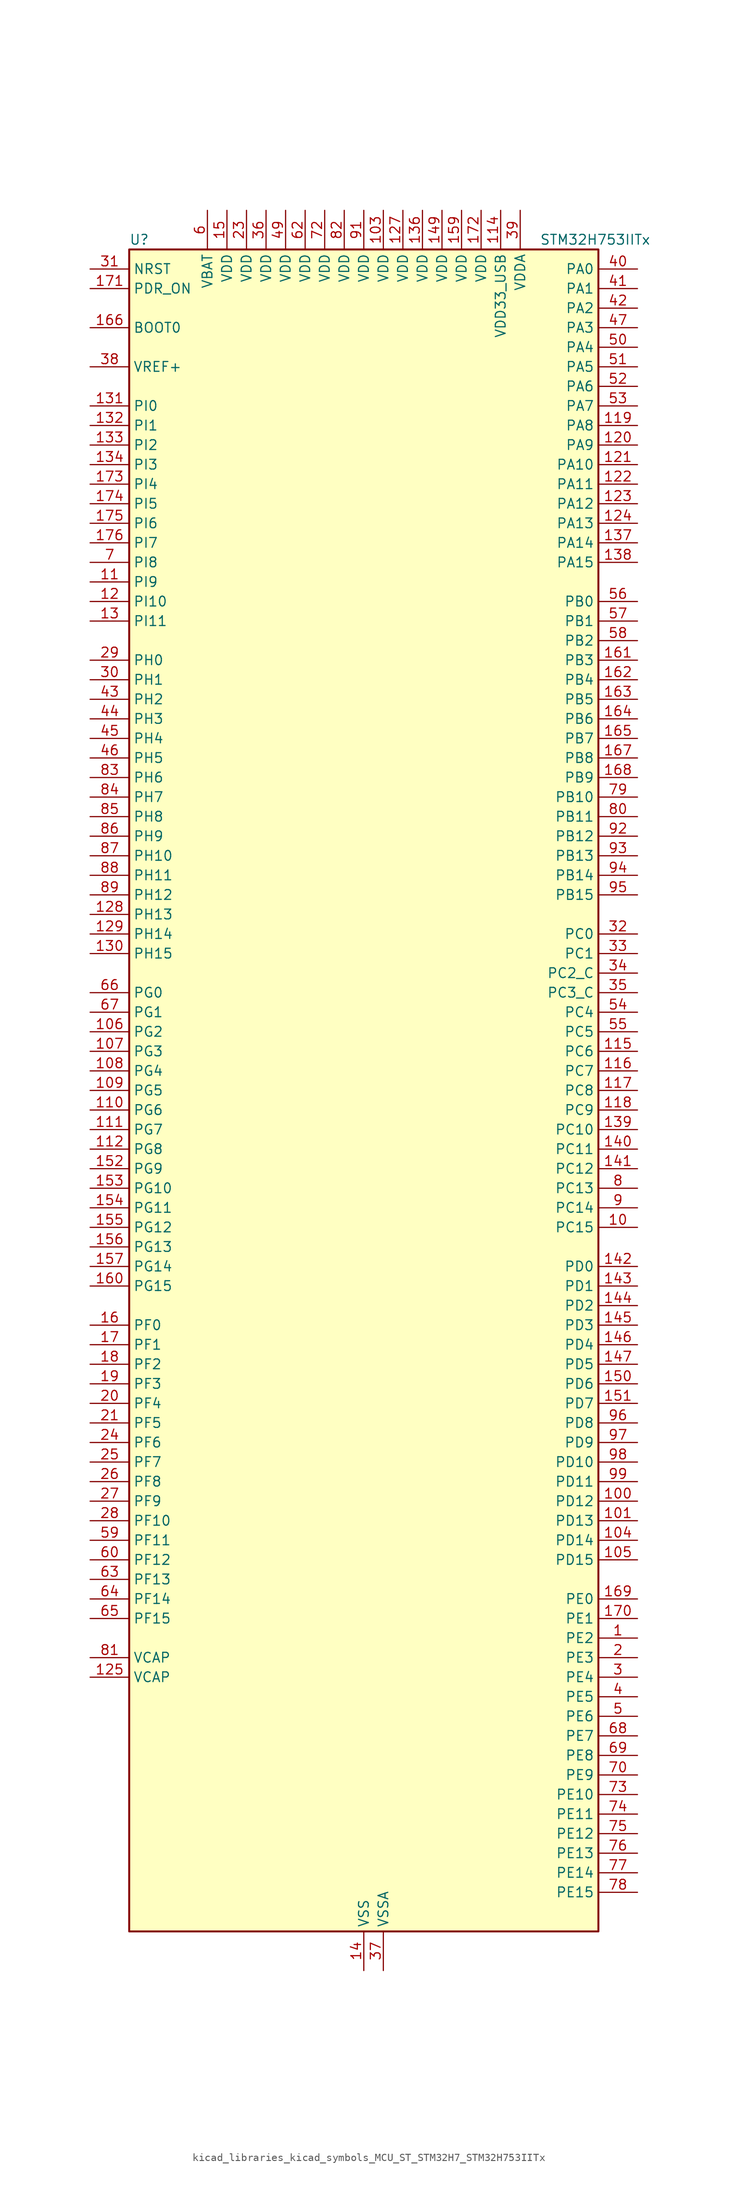
<source format=kicad_sym>
(kicad_symbol_lib
  (version 20220914)
  (generator kicad_symbol_editor)
  (symbol "kicad_libraries_kicad_symbols_MCU_ST_STM32H7_STM32H753IITx"
    (property "Reference" "U"
      (at -30.48 110.49 0)
      (effects (font (size 1.27 1.27)) (justify left)))
    (property "Value" "STM32H753IITx"
      (at 22.86 110.49 0)
      (effects (font (size 1.27 1.27)) (justify left)))
    (property "ki_locked" ""
      (at 0 0 0)
      (effects (font (size 1.27 1.27))))
    (symbol "kicad_libraries_kicad_symbols_MCU_ST_STM32H7_STM32H753IITx_0_1"
      (rectangle (start -30.48 -109.22) (end 30.48 109.22) (stroke (width 0.254) (type default)) (fill (type background))))
    (symbol "kicad_libraries_kicad_symbols_MCU_ST_STM32H7_STM32H753IITx_1_1"
      (pin bidirectional line (at 35.56 -71.12 180) (length 5.08) (name "PE2" (effects (font (size 1.27 1.27)))) (number "1" (effects (font (size 1.27 1.27)))) (alternate "DEBUG_TRACECLK" bidirectional line) (alternate "ETH_TXD3" bidirectional line) (alternate "FMC_A23" bidirectional line) (alternate "QUADSPI_BK1_IO2" bidirectional line) (alternate "SAI1_CK1" bidirectional line) (alternate "SAI1_MCLK_A" bidirectional line) (alternate "SAI4_CK1" bidirectional line) (alternate "SAI4_MCLK_A" bidirectional line) (alternate "SPI4_SCK" bidirectional line))
      (pin bidirectional line (at 35.56 -17.78 180) (length 5.08) (name "PC15" (effects (font (size 1.27 1.27)))) (number "10" (effects (font (size 1.27 1.27)))) (alternate "ADC1_EXTI15" bidirectional line) (alternate "ADC2_EXTI15" bidirectional line) (alternate "ADC3_EXTI15" bidirectional line) (alternate "RCC_OSC32_OUT" bidirectional line))
      (pin bidirectional line (at 35.56 -53.34 180) (length 5.08) (name "PD12" (effects (font (size 1.27 1.27)))) (number "100" (effects (font (size 1.27 1.27)))) (alternate "FMC_A17" bidirectional line) (alternate "FMC_ALE" bidirectional line) (alternate "I2C4_SCL" bidirectional line) (alternate "LPTIM1_IN1" bidirectional line) (alternate "LPTIM2_IN1" bidirectional line) (alternate "QUADSPI_BK1_IO1" bidirectional line) (alternate "SAI2_FS_A" bidirectional line) (alternate "TIM4_CH1" bidirectional line) (alternate "USART3_DE" bidirectional line) (alternate "USART3_RTS" bidirectional line))
      (pin bidirectional line (at 35.56 -55.88 180) (length 5.08) (name "PD13" (effects (font (size 1.27 1.27)))) (number "101" (effects (font (size 1.27 1.27)))) (alternate "FMC_A18" bidirectional line) (alternate "I2C4_SDA" bidirectional line) (alternate "LPTIM1_OUT" bidirectional line) (alternate "QUADSPI_BK1_IO3" bidirectional line) (alternate "SAI2_SCK_A" bidirectional line) (alternate "TIM4_CH2" bidirectional line))
      (pin passive line (at 0 -114.3 90) (length 5.08) hide (name "VSS" (effects (font (size 1.27 1.27)))) (number "102" (effects (font (size 1.27 1.27)))))
      (pin power_in line (at 2.54 114.3 270) (length 5.08) (name "VDD" (effects (font (size 1.27 1.27)))) (number "103" (effects (font (size 1.27 1.27)))))
      (pin bidirectional line (at 35.56 -58.42 180) (length 5.08) (name "PD14" (effects (font (size 1.27 1.27)))) (number "104" (effects (font (size 1.27 1.27)))) (alternate "FMC_D0" bidirectional line) (alternate "FMC_DA0" bidirectional line) (alternate "SAI3_MCLK_B" bidirectional line) (alternate "TIM4_CH3" bidirectional line) (alternate "UART8_CTS" bidirectional line))
      (pin bidirectional line (at 35.56 -60.96 180) (length 5.08) (name "PD15" (effects (font (size 1.27 1.27)))) (number "105" (effects (font (size 1.27 1.27)))) (alternate "ADC1_EXTI15" bidirectional line) (alternate "ADC2_EXTI15" bidirectional line) (alternate "ADC3_EXTI15" bidirectional line) (alternate "FMC_D1" bidirectional line) (alternate "FMC_DA1" bidirectional line) (alternate "SAI3_MCLK_A" bidirectional line) (alternate "TIM4_CH4" bidirectional line) (alternate "UART8_DE" bidirectional line) (alternate "UART8_RTS" bidirectional line))
      (pin bidirectional line (at -35.56 7.62 0) (length 5.08) (name "PG2" (effects (font (size 1.27 1.27)))) (number "106" (effects (font (size 1.27 1.27)))) (alternate "FMC_A12" bidirectional line) (alternate "TIM8_BKIN" bidirectional line) (alternate "TIM8_BKIN_COMP1" bidirectional line) (alternate "TIM8_BKIN_COMP2" bidirectional line))
      (pin bidirectional line (at -35.56 5.08 0) (length 5.08) (name "PG3" (effects (font (size 1.27 1.27)))) (number "107" (effects (font (size 1.27 1.27)))) (alternate "FMC_A13" bidirectional line) (alternate "TIM8_BKIN2" bidirectional line) (alternate "TIM8_BKIN2_COMP1" bidirectional line) (alternate "TIM8_BKIN2_COMP2" bidirectional line))
      (pin bidirectional line (at -35.56 2.54 0) (length 5.08) (name "PG4" (effects (font (size 1.27 1.27)))) (number "108" (effects (font (size 1.27 1.27)))) (alternate "FMC_A14" bidirectional line) (alternate "FMC_BA0" bidirectional line) (alternate "TIM1_BKIN2" bidirectional line) (alternate "TIM1_BKIN2_COMP1" bidirectional line) (alternate "TIM1_BKIN2_COMP2" bidirectional line))
      (pin bidirectional line (at -35.56 0 0) (length 5.08) (name "PG5" (effects (font (size 1.27 1.27)))) (number "109" (effects (font (size 1.27 1.27)))) (alternate "FMC_A15" bidirectional line) (alternate "FMC_BA1" bidirectional line) (alternate "TIM1_ETR" bidirectional line))
      (pin bidirectional line (at -35.56 66.04 0) (length 5.08) (name "PI9" (effects (font (size 1.27 1.27)))) (number "11" (effects (font (size 1.27 1.27)))) (alternate "DAC1_EXTI9" bidirectional line) (alternate "FDCAN1_RX" bidirectional line) (alternate "FMC_D30" bidirectional line) (alternate "LTDC_VSYNC" bidirectional line) (alternate "UART4_RX" bidirectional line))
      (pin bidirectional line (at -35.56 -2.54 0) (length 5.08) (name "PG6" (effects (font (size 1.27 1.27)))) (number "110" (effects (font (size 1.27 1.27)))) (alternate "DCMI_D12" bidirectional line) (alternate "FMC_NE3" bidirectional line) (alternate "HRTIM_CHE1" bidirectional line) (alternate "LTDC_R7" bidirectional line) (alternate "QUADSPI_BK1_NCS" bidirectional line) (alternate "TIM17_BKIN" bidirectional line))
      (pin bidirectional line (at -35.56 -5.08 0) (length 5.08) (name "PG7" (effects (font (size 1.27 1.27)))) (number "111" (effects (font (size 1.27 1.27)))) (alternate "DCMI_D13" bidirectional line) (alternate "FMC_INT" bidirectional line) (alternate "HRTIM_CHE2" bidirectional line) (alternate "LTDC_CLK" bidirectional line) (alternate "SAI1_MCLK_A" bidirectional line) (alternate "USART6_CK" bidirectional line))
      (pin bidirectional line (at -35.56 -7.62 0) (length 5.08) (name "PG8" (effects (font (size 1.27 1.27)))) (number "112" (effects (font (size 1.27 1.27)))) (alternate "ETH_PPS_OUT" bidirectional line) (alternate "FMC_SDCLK" bidirectional line) (alternate "LTDC_G7" bidirectional line) (alternate "SPDIFRX1_IN2" bidirectional line) (alternate "SPI6_NSS" bidirectional line) (alternate "TIM8_ETR" bidirectional line) (alternate "USART6_DE" bidirectional line) (alternate "USART6_RTS" bidirectional line))
      (pin passive line (at 0 -114.3 90) (length 5.08) hide (name "VSS" (effects (font (size 1.27 1.27)))) (number "113" (effects (font (size 1.27 1.27)))))
      (pin power_in line (at 17.78 114.3 270) (length 5.08) (name "VDD33_USB" (effects (font (size 1.27 1.27)))) (number "114" (effects (font (size 1.27 1.27)))))
      (pin bidirectional line (at 35.56 5.08 180) (length 5.08) (name "PC6" (effects (font (size 1.27 1.27)))) (number "115" (effects (font (size 1.27 1.27)))) (alternate "DCMI_D0" bidirectional line) (alternate "DFSDM1_CKIN3" bidirectional line) (alternate "FMC_NWAIT" bidirectional line) (alternate "HRTIM_CHA1" bidirectional line) (alternate "I2S2_MCK" bidirectional line) (alternate "LTDC_HSYNC" bidirectional line) (alternate "SDMMC1_D0DIR" bidirectional line) (alternate "SDMMC1_D6" bidirectional line) (alternate "SDMMC2_D6" bidirectional line) (alternate "SWPMI1_IO" bidirectional line) (alternate "TIM3_CH1" bidirectional line) (alternate "TIM8_CH1" bidirectional line) (alternate "USART6_TX" bidirectional line))
      (pin bidirectional line (at 35.56 2.54 180) (length 5.08) (name "PC7" (effects (font (size 1.27 1.27)))) (number "116" (effects (font (size 1.27 1.27)))) (alternate "DCMI_D1" bidirectional line) (alternate "DEBUG_TRGIO" bidirectional line) (alternate "DFSDM1_DATIN3" bidirectional line) (alternate "FMC_NE1" bidirectional line) (alternate "HRTIM_CHA2" bidirectional line) (alternate "I2S3_MCK" bidirectional line) (alternate "LTDC_G6" bidirectional line) (alternate "SDMMC1_D123DIR" bidirectional line) (alternate "SDMMC1_D7" bidirectional line) (alternate "SDMMC2_D7" bidirectional line) (alternate "SWPMI1_TX" bidirectional line) (alternate "TIM3_CH2" bidirectional line) (alternate "TIM8_CH2" bidirectional line) (alternate "USART6_RX" bidirectional line))
      (pin bidirectional line (at 35.56 0 180) (length 5.08) (name "PC8" (effects (font (size 1.27 1.27)))) (number "117" (effects (font (size 1.27 1.27)))) (alternate "DCMI_D2" bidirectional line) (alternate "DEBUG_TRACED1" bidirectional line) (alternate "FMC_NCE" bidirectional line) (alternate "FMC_NE2" bidirectional line) (alternate "HRTIM_CHB1" bidirectional line) (alternate "SDMMC1_D0" bidirectional line) (alternate "SWPMI1_RX" bidirectional line) (alternate "TIM3_CH3" bidirectional line) (alternate "TIM8_CH3" bidirectional line) (alternate "UART5_DE" bidirectional line) (alternate "UART5_RTS" bidirectional line) (alternate "USART6_CK" bidirectional line))
      (pin bidirectional line (at 35.56 -2.54 180) (length 5.08) (name "PC9" (effects (font (size 1.27 1.27)))) (number "118" (effects (font (size 1.27 1.27)))) (alternate "DAC1_EXTI9" bidirectional line) (alternate "DCMI_D3" bidirectional line) (alternate "I2C3_SDA" bidirectional line) (alternate "I2S_CKIN" bidirectional line) (alternate "LTDC_B2" bidirectional line) (alternate "LTDC_G3" bidirectional line) (alternate "QUADSPI_BK1_IO0" bidirectional line) (alternate "RCC_MCO_2" bidirectional line) (alternate "SDMMC1_D1" bidirectional line) (alternate "SWPMI1_SUSPEND" bidirectional line) (alternate "TIM3_CH4" bidirectional line) (alternate "TIM8_CH4" bidirectional line) (alternate "UART5_CTS" bidirectional line))
      (pin bidirectional line (at 35.56 86.36 180) (length 5.08) (name "PA8" (effects (font (size 1.27 1.27)))) (number "119" (effects (font (size 1.27 1.27)))) (alternate "HRTIM_CHB2" bidirectional line) (alternate "I2C3_SCL" bidirectional line) (alternate "LTDC_B3" bidirectional line) (alternate "LTDC_R6" bidirectional line) (alternate "RCC_MCO_1" bidirectional line) (alternate "TIM1_CH1" bidirectional line) (alternate "TIM8_BKIN2" bidirectional line) (alternate "TIM8_BKIN2_COMP1" bidirectional line) (alternate "TIM8_BKIN2_COMP2" bidirectional line) (alternate "UART7_RX" bidirectional line) (alternate "USART1_CK" bidirectional line) (alternate "USB_OTG_FS_SOF" bidirectional line))
      (pin bidirectional line (at -35.56 63.5 0) (length 5.08) (name "PI10" (effects (font (size 1.27 1.27)))) (number "12" (effects (font (size 1.27 1.27)))) (alternate "ETH_RX_ER" bidirectional line) (alternate "FMC_D31" bidirectional line) (alternate "LTDC_HSYNC" bidirectional line))
      (pin bidirectional line (at 35.56 83.82 180) (length 5.08) (name "PA9" (effects (font (size 1.27 1.27)))) (number "120" (effects (font (size 1.27 1.27)))) (alternate "DAC1_EXTI9" bidirectional line) (alternate "DCMI_D0" bidirectional line) (alternate "HRTIM_CHC1" bidirectional line) (alternate "I2C3_SMBA" bidirectional line) (alternate "I2S2_CK" bidirectional line) (alternate "LPUART1_TX" bidirectional line) (alternate "LTDC_R5" bidirectional line) (alternate "SPI2_SCK" bidirectional line) (alternate "TIM1_CH2" bidirectional line) (alternate "USART1_TX" bidirectional line) (alternate "USB_OTG_FS_VBUS" bidirectional line))
      (pin bidirectional line (at 35.56 81.28 180) (length 5.08) (name "PA10" (effects (font (size 1.27 1.27)))) (number "121" (effects (font (size 1.27 1.27)))) (alternate "DCMI_D1" bidirectional line) (alternate "HRTIM_CHC2" bidirectional line) (alternate "LPUART1_RX" bidirectional line) (alternate "LTDC_B1" bidirectional line) (alternate "LTDC_B4" bidirectional line) (alternate "MDIOS_MDIO" bidirectional line) (alternate "TIM1_CH3" bidirectional line) (alternate "USART1_RX" bidirectional line) (alternate "USB_OTG_FS_ID" bidirectional line))
      (pin bidirectional line (at 35.56 78.74 180) (length 5.08) (name "PA11" (effects (font (size 1.27 1.27)))) (number "122" (effects (font (size 1.27 1.27)))) (alternate "ADC1_EXTI11" bidirectional line) (alternate "ADC2_EXTI11" bidirectional line) (alternate "ADC3_EXTI11" bidirectional line) (alternate "FDCAN1_RX" bidirectional line) (alternate "HRTIM_CHD1" bidirectional line) (alternate "I2S2_WS" bidirectional line) (alternate "LPUART1_CTS" bidirectional line) (alternate "LTDC_R4" bidirectional line) (alternate "SPI2_NSS" bidirectional line) (alternate "TIM1_CH4" bidirectional line) (alternate "UART4_RX" bidirectional line) (alternate "USART1_CTS" bidirectional line) (alternate "USART1_NSS" bidirectional line) (alternate "USB_OTG_FS_DM" bidirectional line))
      (pin bidirectional line (at 35.56 76.2 180) (length 5.08) (name "PA12" (effects (font (size 1.27 1.27)))) (number "123" (effects (font (size 1.27 1.27)))) (alternate "FDCAN1_TX" bidirectional line) (alternate "HRTIM_CHD2" bidirectional line) (alternate "I2S2_CK" bidirectional line) (alternate "LPUART1_DE" bidirectional line) (alternate "LPUART1_RTS" bidirectional line) (alternate "LTDC_R5" bidirectional line) (alternate "SAI2_FS_B" bidirectional line) (alternate "SPI2_SCK" bidirectional line) (alternate "TIM1_ETR" bidirectional line) (alternate "UART4_TX" bidirectional line) (alternate "USART1_DE" bidirectional line) (alternate "USART1_RTS" bidirectional line) (alternate "USB_OTG_FS_DP" bidirectional line))
      (pin bidirectional line (at 35.56 73.66 180) (length 5.08) (name "PA13" (effects (font (size 1.27 1.27)))) (number "124" (effects (font (size 1.27 1.27)))) (alternate "DEBUG_JTMS-SWDIO" bidirectional line))
      (pin power_out line (at -35.56 -76.2 0) (length 5.08) (name "VCAP" (effects (font (size 1.27 1.27)))) (number "125" (effects (font (size 1.27 1.27)))))
      (pin passive line (at 0 -114.3 90) (length 5.08) hide (name "VSS" (effects (font (size 1.27 1.27)))) (number "126" (effects (font (size 1.27 1.27)))))
      (pin power_in line (at 5.08 114.3 270) (length 5.08) (name "VDD" (effects (font (size 1.27 1.27)))) (number "127" (effects (font (size 1.27 1.27)))))
      (pin bidirectional line (at -35.56 22.86 0) (length 5.08) (name "PH13" (effects (font (size 1.27 1.27)))) (number "128" (effects (font (size 1.27 1.27)))) (alternate "FDCAN1_TX" bidirectional line) (alternate "FMC_D21" bidirectional line) (alternate "LTDC_G2" bidirectional line) (alternate "TIM8_CH1N" bidirectional line) (alternate "UART4_TX" bidirectional line))
      (pin bidirectional line (at -35.56 20.32 0) (length 5.08) (name "PH14" (effects (font (size 1.27 1.27)))) (number "129" (effects (font (size 1.27 1.27)))) (alternate "DCMI_D4" bidirectional line) (alternate "FDCAN1_RX" bidirectional line) (alternate "FMC_D22" bidirectional line) (alternate "LTDC_G3" bidirectional line) (alternate "TIM8_CH2N" bidirectional line) (alternate "UART4_RX" bidirectional line))
      (pin bidirectional line (at -35.56 60.96 0) (length 5.08) (name "PI11" (effects (font (size 1.27 1.27)))) (number "13" (effects (font (size 1.27 1.27)))) (alternate "ADC1_EXTI11" bidirectional line) (alternate "ADC2_EXTI11" bidirectional line) (alternate "ADC3_EXTI11" bidirectional line) (alternate "LTDC_G6" bidirectional line) (alternate "PWR_WKUP4" bidirectional line) (alternate "USB_OTG_HS_ULPI_DIR" bidirectional line))
      (pin bidirectional line (at -35.56 17.78 0) (length 5.08) (name "PH15" (effects (font (size 1.27 1.27)))) (number "130" (effects (font (size 1.27 1.27)))) (alternate "ADC1_EXTI15" bidirectional line) (alternate "ADC2_EXTI15" bidirectional line) (alternate "ADC3_EXTI15" bidirectional line) (alternate "DCMI_D11" bidirectional line) (alternate "FMC_D23" bidirectional line) (alternate "LTDC_G4" bidirectional line) (alternate "TIM8_CH3N" bidirectional line))
      (pin bidirectional line (at -35.56 88.9 0) (length 5.08) (name "PI0" (effects (font (size 1.27 1.27)))) (number "131" (effects (font (size 1.27 1.27)))) (alternate "DCMI_D13" bidirectional line) (alternate "FMC_D24" bidirectional line) (alternate "I2S2_WS" bidirectional line) (alternate "LTDC_G5" bidirectional line) (alternate "SPI2_NSS" bidirectional line) (alternate "TIM5_CH4" bidirectional line))
      (pin bidirectional line (at -35.56 86.36 0) (length 5.08) (name "PI1" (effects (font (size 1.27 1.27)))) (number "132" (effects (font (size 1.27 1.27)))) (alternate "DCMI_D8" bidirectional line) (alternate "FMC_D25" bidirectional line) (alternate "I2S2_CK" bidirectional line) (alternate "LTDC_G6" bidirectional line) (alternate "SPI2_SCK" bidirectional line) (alternate "TIM8_BKIN2" bidirectional line) (alternate "TIM8_BKIN2_COMP1" bidirectional line) (alternate "TIM8_BKIN2_COMP2" bidirectional line))
      (pin bidirectional line (at -35.56 83.82 0) (length 5.08) (name "PI2" (effects (font (size 1.27 1.27)))) (number "133" (effects (font (size 1.27 1.27)))) (alternate "DCMI_D9" bidirectional line) (alternate "FMC_D26" bidirectional line) (alternate "I2S2_SDI" bidirectional line) (alternate "LTDC_G7" bidirectional line) (alternate "SPI2_MISO" bidirectional line) (alternate "TIM8_CH4" bidirectional line))
      (pin bidirectional line (at -35.56 81.28 0) (length 5.08) (name "PI3" (effects (font (size 1.27 1.27)))) (number "134" (effects (font (size 1.27 1.27)))) (alternate "DCMI_D10" bidirectional line) (alternate "FMC_D27" bidirectional line) (alternate "I2S2_SDO" bidirectional line) (alternate "SPI2_MOSI" bidirectional line) (alternate "TIM8_ETR" bidirectional line))
      (pin passive line (at 0 -114.3 90) (length 5.08) hide (name "VSS" (effects (font (size 1.27 1.27)))) (number "135" (effects (font (size 1.27 1.27)))))
      (pin power_in line (at 7.62 114.3 270) (length 5.08) (name "VDD" (effects (font (size 1.27 1.27)))) (number "136" (effects (font (size 1.27 1.27)))))
      (pin bidirectional line (at 35.56 71.12 180) (length 5.08) (name "PA14" (effects (font (size 1.27 1.27)))) (number "137" (effects (font (size 1.27 1.27)))) (alternate "DEBUG_JTCK-SWCLK" bidirectional line))
      (pin bidirectional line (at 35.56 68.58 180) (length 5.08) (name "PA15" (effects (font (size 1.27 1.27)))) (number "138" (effects (font (size 1.27 1.27)))) (alternate "ADC1_EXTI15" bidirectional line) (alternate "ADC2_EXTI15" bidirectional line) (alternate "ADC3_EXTI15" bidirectional line) (alternate "CEC" bidirectional line) (alternate "DEBUG_JTDI" bidirectional line) (alternate "HRTIM_FLT1" bidirectional line) (alternate "I2S1_WS" bidirectional line) (alternate "I2S3_WS" bidirectional line) (alternate "SPI1_NSS" bidirectional line) (alternate "SPI3_NSS" bidirectional line) (alternate "SPI6_NSS" bidirectional line) (alternate "TIM2_CH1" bidirectional line) (alternate "TIM2_ETR" bidirectional line) (alternate "UART4_DE" bidirectional line) (alternate "UART4_RTS" bidirectional line) (alternate "UART7_TX" bidirectional line))
      (pin bidirectional line (at 35.56 -5.08 180) (length 5.08) (name "PC10" (effects (font (size 1.27 1.27)))) (number "139" (effects (font (size 1.27 1.27)))) (alternate "DCMI_D8" bidirectional line) (alternate "DFSDM1_CKIN5" bidirectional line) (alternate "HRTIM_EEV1" bidirectional line) (alternate "I2S3_CK" bidirectional line) (alternate "LTDC_R2" bidirectional line) (alternate "QUADSPI_BK1_IO1" bidirectional line) (alternate "SDMMC1_D2" bidirectional line) (alternate "SPI3_SCK" bidirectional line) (alternate "UART4_TX" bidirectional line) (alternate "USART3_TX" bidirectional line))
      (pin power_in line (at 0 -114.3 90) (length 5.08) (name "VSS" (effects (font (size 1.27 1.27)))) (number "14" (effects (font (size 1.27 1.27)))))
      (pin bidirectional line (at 35.56 -7.62 180) (length 5.08) (name "PC11" (effects (font (size 1.27 1.27)))) (number "140" (effects (font (size 1.27 1.27)))) (alternate "ADC1_EXTI11" bidirectional line) (alternate "ADC2_EXTI11" bidirectional line) (alternate "ADC3_EXTI11" bidirectional line) (alternate "DCMI_D4" bidirectional line) (alternate "DFSDM1_DATIN5" bidirectional line) (alternate "HRTIM_FLT2" bidirectional line) (alternate "I2S3_SDI" bidirectional line) (alternate "QUADSPI_BK2_NCS" bidirectional line) (alternate "SDMMC1_D3" bidirectional line) (alternate "SPI3_MISO" bidirectional line) (alternate "UART4_RX" bidirectional line) (alternate "USART3_RX" bidirectional line))
      (pin bidirectional line (at 35.56 -10.16 180) (length 5.08) (name "PC12" (effects (font (size 1.27 1.27)))) (number "141" (effects (font (size 1.27 1.27)))) (alternate "DCMI_D9" bidirectional line) (alternate "DEBUG_TRACED3" bidirectional line) (alternate "HRTIM_EEV2" bidirectional line) (alternate "I2S3_SDO" bidirectional line) (alternate "SDMMC1_CK" bidirectional line) (alternate "SPI3_MOSI" bidirectional line) (alternate "UART5_TX" bidirectional line) (alternate "USART3_CK" bidirectional line))
      (pin bidirectional line (at 35.56 -22.86 180) (length 5.08) (name "PD0" (effects (font (size 1.27 1.27)))) (number "142" (effects (font (size 1.27 1.27)))) (alternate "DFSDM1_CKIN6" bidirectional line) (alternate "FDCAN1_RX" bidirectional line) (alternate "FMC_D2" bidirectional line) (alternate "FMC_DA2" bidirectional line) (alternate "SAI3_SCK_A" bidirectional line) (alternate "UART4_RX" bidirectional line))
      (pin bidirectional line (at 35.56 -25.4 180) (length 5.08) (name "PD1" (effects (font (size 1.27 1.27)))) (number "143" (effects (font (size 1.27 1.27)))) (alternate "DFSDM1_DATIN6" bidirectional line) (alternate "FDCAN1_TX" bidirectional line) (alternate "FMC_D3" bidirectional line) (alternate "FMC_DA3" bidirectional line) (alternate "SAI3_SD_A" bidirectional line) (alternate "UART4_TX" bidirectional line))
      (pin bidirectional line (at 35.56 -27.94 180) (length 5.08) (name "PD2" (effects (font (size 1.27 1.27)))) (number "144" (effects (font (size 1.27 1.27)))) (alternate "DCMI_D11" bidirectional line) (alternate "DEBUG_TRACED2" bidirectional line) (alternate "SDMMC1_CMD" bidirectional line) (alternate "TIM3_ETR" bidirectional line) (alternate "UART5_RX" bidirectional line))
      (pin bidirectional line (at 35.56 -30.48 180) (length 5.08) (name "PD3" (effects (font (size 1.27 1.27)))) (number "145" (effects (font (size 1.27 1.27)))) (alternate "DCMI_D5" bidirectional line) (alternate "DFSDM1_CKOUT" bidirectional line) (alternate "FMC_CLK" bidirectional line) (alternate "I2S2_CK" bidirectional line) (alternate "LTDC_G7" bidirectional line) (alternate "SPI2_SCK" bidirectional line) (alternate "USART2_CTS" bidirectional line) (alternate "USART2_NSS" bidirectional line))
      (pin bidirectional line (at 35.56 -33.02 180) (length 5.08) (name "PD4" (effects (font (size 1.27 1.27)))) (number "146" (effects (font (size 1.27 1.27)))) (alternate "FMC_NOE" bidirectional line) (alternate "HRTIM_FLT3" bidirectional line) (alternate "SAI3_FS_A" bidirectional line) (alternate "USART2_DE" bidirectional line) (alternate "USART2_RTS" bidirectional line))
      (pin bidirectional line (at 35.56 -35.56 180) (length 5.08) (name "PD5" (effects (font (size 1.27 1.27)))) (number "147" (effects (font (size 1.27 1.27)))) (alternate "FMC_NWE" bidirectional line) (alternate "HRTIM_EEV3" bidirectional line) (alternate "USART2_TX" bidirectional line))
      (pin passive line (at 0 -114.3 90) (length 5.08) hide (name "VSS" (effects (font (size 1.27 1.27)))) (number "148" (effects (font (size 1.27 1.27)))))
      (pin power_in line (at 10.16 114.3 270) (length 5.08) (name "VDD" (effects (font (size 1.27 1.27)))) (number "149" (effects (font (size 1.27 1.27)))))
      (pin power_in line (at -17.78 114.3 270) (length 5.08) (name "VDD" (effects (font (size 1.27 1.27)))) (number "15" (effects (font (size 1.27 1.27)))))
      (pin bidirectional line (at 35.56 -38.1 180) (length 5.08) (name "PD6" (effects (font (size 1.27 1.27)))) (number "150" (effects (font (size 1.27 1.27)))) (alternate "DCMI_D10" bidirectional line) (alternate "DFSDM1_CKIN4" bidirectional line) (alternate "DFSDM1_DATIN1" bidirectional line) (alternate "FMC_NWAIT" bidirectional line) (alternate "I2S3_SDO" bidirectional line) (alternate "LTDC_B2" bidirectional line) (alternate "SAI1_D1" bidirectional line) (alternate "SAI1_SD_A" bidirectional line) (alternate "SAI4_D1" bidirectional line) (alternate "SAI4_SD_A" bidirectional line) (alternate "SDMMC2_CK" bidirectional line) (alternate "SPI3_MOSI" bidirectional line) (alternate "USART2_RX" bidirectional line))
      (pin bidirectional line (at 35.56 -40.64 180) (length 5.08) (name "PD7" (effects (font (size 1.27 1.27)))) (number "151" (effects (font (size 1.27 1.27)))) (alternate "DFSDM1_CKIN1" bidirectional line) (alternate "DFSDM1_DATIN4" bidirectional line) (alternate "FMC_NE1" bidirectional line) (alternate "I2S1_SDO" bidirectional line) (alternate "SDMMC2_CMD" bidirectional line) (alternate "SPDIFRX1_IN0" bidirectional line) (alternate "SPI1_MOSI" bidirectional line) (alternate "USART2_CK" bidirectional line))
      (pin bidirectional line (at -35.56 -10.16 0) (length 5.08) (name "PG9" (effects (font (size 1.27 1.27)))) (number "152" (effects (font (size 1.27 1.27)))) (alternate "DAC1_EXTI9" bidirectional line) (alternate "DCMI_VSYNC" bidirectional line) (alternate "FMC_NCE" bidirectional line) (alternate "FMC_NE2" bidirectional line) (alternate "I2S1_SDI" bidirectional line) (alternate "QUADSPI_BK2_IO2" bidirectional line) (alternate "SAI2_FS_B" bidirectional line) (alternate "SPDIFRX1_IN3" bidirectional line) (alternate "SPI1_MISO" bidirectional line) (alternate "USART6_RX" bidirectional line))
      (pin bidirectional line (at -35.56 -12.7 0) (length 5.08) (name "PG10" (effects (font (size 1.27 1.27)))) (number "153" (effects (font (size 1.27 1.27)))) (alternate "DCMI_D2" bidirectional line) (alternate "FMC_NE3" bidirectional line) (alternate "HRTIM_FLT5" bidirectional line) (alternate "I2S1_WS" bidirectional line) (alternate "LTDC_B2" bidirectional line) (alternate "LTDC_G3" bidirectional line) (alternate "SAI2_SD_B" bidirectional line) (alternate "SPI1_NSS" bidirectional line))
      (pin bidirectional line (at -35.56 -15.24 0) (length 5.08) (name "PG11" (effects (font (size 1.27 1.27)))) (number "154" (effects (font (size 1.27 1.27)))) (alternate "ADC1_EXTI11" bidirectional line) (alternate "ADC2_EXTI11" bidirectional line) (alternate "ADC3_EXTI11" bidirectional line) (alternate "DCMI_D3" bidirectional line) (alternate "ETH_TX_EN" bidirectional line) (alternate "HRTIM_EEV4" bidirectional line) (alternate "I2S1_CK" bidirectional line) (alternate "LPTIM1_IN2" bidirectional line) (alternate "LTDC_B3" bidirectional line) (alternate "SDMMC2_D2" bidirectional line) (alternate "SPDIFRX1_IN0" bidirectional line) (alternate "SPI1_SCK" bidirectional line))
      (pin bidirectional line (at -35.56 -17.78 0) (length 5.08) (name "PG12" (effects (font (size 1.27 1.27)))) (number "155" (effects (font (size 1.27 1.27)))) (alternate "ETH_TXD1" bidirectional line) (alternate "FMC_NE4" bidirectional line) (alternate "HRTIM_EEV5" bidirectional line) (alternate "LPTIM1_IN1" bidirectional line) (alternate "LTDC_B1" bidirectional line) (alternate "LTDC_B4" bidirectional line) (alternate "SPDIFRX1_IN1" bidirectional line) (alternate "SPI6_MISO" bidirectional line) (alternate "USART6_DE" bidirectional line) (alternate "USART6_RTS" bidirectional line))
      (pin bidirectional line (at -35.56 -20.32 0) (length 5.08) (name "PG13" (effects (font (size 1.27 1.27)))) (number "156" (effects (font (size 1.27 1.27)))) (alternate "DEBUG_TRACED0" bidirectional line) (alternate "ETH_TXD0" bidirectional line) (alternate "FMC_A24" bidirectional line) (alternate "HRTIM_EEV10" bidirectional line) (alternate "LPTIM1_OUT" bidirectional line) (alternate "LTDC_R0" bidirectional line) (alternate "SPI6_SCK" bidirectional line) (alternate "USART6_CTS" bidirectional line) (alternate "USART6_NSS" bidirectional line))
      (pin bidirectional line (at -35.56 -22.86 0) (length 5.08) (name "PG14" (effects (font (size 1.27 1.27)))) (number "157" (effects (font (size 1.27 1.27)))) (alternate "DEBUG_TRACED1" bidirectional line) (alternate "ETH_TXD1" bidirectional line) (alternate "FMC_A25" bidirectional line) (alternate "LPTIM1_ETR" bidirectional line) (alternate "LTDC_B0" bidirectional line) (alternate "QUADSPI_BK2_IO3" bidirectional line) (alternate "SPI6_MOSI" bidirectional line) (alternate "USART6_TX" bidirectional line))
      (pin passive line (at 0 -114.3 90) (length 5.08) hide (name "VSS" (effects (font (size 1.27 1.27)))) (number "158" (effects (font (size 1.27 1.27)))))
      (pin power_in line (at 12.7 114.3 270) (length 5.08) (name "VDD" (effects (font (size 1.27 1.27)))) (number "159" (effects (font (size 1.27 1.27)))))
      (pin bidirectional line (at -35.56 -30.48 0) (length 5.08) (name "PF0" (effects (font (size 1.27 1.27)))) (number "16" (effects (font (size 1.27 1.27)))) (alternate "FMC_A0" bidirectional line) (alternate "I2C2_SDA" bidirectional line))
      (pin bidirectional line (at -35.56 -25.4 0) (length 5.08) (name "PG15" (effects (font (size 1.27 1.27)))) (number "160" (effects (font (size 1.27 1.27)))) (alternate "ADC1_EXTI15" bidirectional line) (alternate "ADC2_EXTI15" bidirectional line) (alternate "ADC3_EXTI15" bidirectional line) (alternate "DCMI_D13" bidirectional line) (alternate "FMC_SDNCAS" bidirectional line) (alternate "USART6_CTS" bidirectional line) (alternate "USART6_NSS" bidirectional line))
      (pin bidirectional line (at 35.56 55.88 180) (length 5.08) (name "PB3" (effects (font (size 1.27 1.27)))) (number "161" (effects (font (size 1.27 1.27)))) (alternate "CRS_SYNC" bidirectional line) (alternate "DEBUG_JTDO-SWO" bidirectional line) (alternate "HRTIM_FLT4" bidirectional line) (alternate "I2S1_CK" bidirectional line) (alternate "I2S3_CK" bidirectional line) (alternate "SDMMC2_D2" bidirectional line) (alternate "SPI1_SCK" bidirectional line) (alternate "SPI3_SCK" bidirectional line) (alternate "SPI6_SCK" bidirectional line) (alternate "TIM2_CH2" bidirectional line) (alternate "UART7_RX" bidirectional line))
      (pin bidirectional line (at 35.56 53.34 180) (length 5.08) (name "PB4" (effects (font (size 1.27 1.27)))) (number "162" (effects (font (size 1.27 1.27)))) (alternate "DEBUG_JTRST" bidirectional line) (alternate "HRTIM_EEV6" bidirectional line) (alternate "I2S1_SDI" bidirectional line) (alternate "I2S2_WS" bidirectional line) (alternate "I2S3_SDI" bidirectional line) (alternate "SDMMC2_D3" bidirectional line) (alternate "SPI1_MISO" bidirectional line) (alternate "SPI2_NSS" bidirectional line) (alternate "SPI3_MISO" bidirectional line) (alternate "SPI6_MISO" bidirectional line) (alternate "TIM16_BKIN" bidirectional line) (alternate "TIM3_CH1" bidirectional line) (alternate "UART7_TX" bidirectional line))
      (pin bidirectional line (at 35.56 50.8 180) (length 5.08) (name "PB5" (effects (font (size 1.27 1.27)))) (number "163" (effects (font (size 1.27 1.27)))) (alternate "DCMI_D10" bidirectional line) (alternate "ETH_PPS_OUT" bidirectional line) (alternate "FDCAN2_RX" bidirectional line) (alternate "FMC_SDCKE1" bidirectional line) (alternate "HRTIM_EEV7" bidirectional line) (alternate "I2C1_SMBA" bidirectional line) (alternate "I2C4_SMBA" bidirectional line) (alternate "I2S1_SDO" bidirectional line) (alternate "I2S3_SDO" bidirectional line) (alternate "SPI1_MOSI" bidirectional line) (alternate "SPI3_MOSI" bidirectional line) (alternate "SPI6_MOSI" bidirectional line) (alternate "TIM17_BKIN" bidirectional line) (alternate "TIM3_CH2" bidirectional line) (alternate "UART5_RX" bidirectional line) (alternate "USB_OTG_HS_ULPI_D7" bidirectional line))
      (pin bidirectional line (at 35.56 48.26 180) (length 5.08) (name "PB6" (effects (font (size 1.27 1.27)))) (number "164" (effects (font (size 1.27 1.27)))) (alternate "CEC" bidirectional line) (alternate "DCMI_D5" bidirectional line) (alternate "DFSDM1_DATIN5" bidirectional line) (alternate "FDCAN2_TX" bidirectional line) (alternate "FMC_SDNE1" bidirectional line) (alternate "HRTIM_EEV8" bidirectional line) (alternate "I2C1_SCL" bidirectional line) (alternate "I2C4_SCL" bidirectional line) (alternate "LPUART1_TX" bidirectional line) (alternate "QUADSPI_BK1_NCS" bidirectional line) (alternate "TIM16_CH1N" bidirectional line) (alternate "TIM4_CH1" bidirectional line) (alternate "UART5_TX" bidirectional line) (alternate "USART1_TX" bidirectional line))
      (pin bidirectional line (at 35.56 45.72 180) (length 5.08) (name "PB7" (effects (font (size 1.27 1.27)))) (number "165" (effects (font (size 1.27 1.27)))) (alternate "DCMI_VSYNC" bidirectional line) (alternate "DFSDM1_CKIN5" bidirectional line) (alternate "FMC_NL" bidirectional line) (alternate "HRTIM_EEV9" bidirectional line) (alternate "I2C1_SDA" bidirectional line) (alternate "I2C4_SDA" bidirectional line) (alternate "LPUART1_RX" bidirectional line) (alternate "PWR_PVD_IN" bidirectional line) (alternate "TIM17_CH1N" bidirectional line) (alternate "TIM4_CH2" bidirectional line) (alternate "USART1_RX" bidirectional line))
      (pin input line (at -35.56 99.06 0) (length 5.08) (name "BOOT0" (effects (font (size 1.27 1.27)))) (number "166" (effects (font (size 1.27 1.27)))))
      (pin bidirectional line (at 35.56 43.18 180) (length 5.08) (name "PB8" (effects (font (size 1.27 1.27)))) (number "167" (effects (font (size 1.27 1.27)))) (alternate "DCMI_D6" bidirectional line) (alternate "DFSDM1_CKIN7" bidirectional line) (alternate "ETH_TXD3" bidirectional line) (alternate "FDCAN1_RX" bidirectional line) (alternate "I2C1_SCL" bidirectional line) (alternate "I2C4_SCL" bidirectional line) (alternate "LTDC_B6" bidirectional line) (alternate "SDMMC1_CKIN" bidirectional line) (alternate "SDMMC1_D4" bidirectional line) (alternate "SDMMC2_D4" bidirectional line) (alternate "TIM16_CH1" bidirectional line) (alternate "TIM4_CH3" bidirectional line) (alternate "UART4_RX" bidirectional line))
      (pin bidirectional line (at 35.56 40.64 180) (length 5.08) (name "PB9" (effects (font (size 1.27 1.27)))) (number "168" (effects (font (size 1.27 1.27)))) (alternate "DAC1_EXTI9" bidirectional line) (alternate "DCMI_D7" bidirectional line) (alternate "DFSDM1_DATIN7" bidirectional line) (alternate "FDCAN1_TX" bidirectional line) (alternate "I2C1_SDA" bidirectional line) (alternate "I2C4_SDA" bidirectional line) (alternate "I2C4_SMBA" bidirectional line) (alternate "I2S2_WS" bidirectional line) (alternate "LTDC_B7" bidirectional line) (alternate "SDMMC1_CDIR" bidirectional line) (alternate "SDMMC1_D5" bidirectional line) (alternate "SDMMC2_D5" bidirectional line) (alternate "SPI2_NSS" bidirectional line) (alternate "TIM17_CH1" bidirectional line) (alternate "TIM4_CH4" bidirectional line) (alternate "UART4_TX" bidirectional line))
      (pin bidirectional line (at 35.56 -66.04 180) (length 5.08) (name "PE0" (effects (font (size 1.27 1.27)))) (number "169" (effects (font (size 1.27 1.27)))) (alternate "DCMI_D2" bidirectional line) (alternate "FMC_NBL0" bidirectional line) (alternate "HRTIM_SCIN" bidirectional line) (alternate "LPTIM1_ETR" bidirectional line) (alternate "LPTIM2_ETR" bidirectional line) (alternate "SAI2_MCLK_A" bidirectional line) (alternate "TIM4_ETR" bidirectional line) (alternate "UART8_RX" bidirectional line))
      (pin bidirectional line (at -35.56 -33.02 0) (length 5.08) (name "PF1" (effects (font (size 1.27 1.27)))) (number "17" (effects (font (size 1.27 1.27)))) (alternate "FMC_A1" bidirectional line) (alternate "I2C2_SCL" bidirectional line))
      (pin bidirectional line (at 35.56 -68.58 180) (length 5.08) (name "PE1" (effects (font (size 1.27 1.27)))) (number "170" (effects (font (size 1.27 1.27)))) (alternate "DCMI_D3" bidirectional line) (alternate "FMC_NBL1" bidirectional line) (alternate "HRTIM_SCOUT" bidirectional line) (alternate "LPTIM1_IN2" bidirectional line) (alternate "UART8_TX" bidirectional line))
      (pin input line (at -35.56 104.14 0) (length 5.08) (name "PDR_ON" (effects (font (size 1.27 1.27)))) (number "171" (effects (font (size 1.27 1.27)))))
      (pin power_in line (at 15.24 114.3 270) (length 5.08) (name "VDD" (effects (font (size 1.27 1.27)))) (number "172" (effects (font (size 1.27 1.27)))))
      (pin bidirectional line (at -35.56 78.74 0) (length 5.08) (name "PI4" (effects (font (size 1.27 1.27)))) (number "173" (effects (font (size 1.27 1.27)))) (alternate "DCMI_D5" bidirectional line) (alternate "FMC_NBL2" bidirectional line) (alternate "LTDC_B4" bidirectional line) (alternate "SAI2_MCLK_A" bidirectional line) (alternate "TIM8_BKIN" bidirectional line) (alternate "TIM8_BKIN_COMP1" bidirectional line) (alternate "TIM8_BKIN_COMP2" bidirectional line))
      (pin bidirectional line (at -35.56 76.2 0) (length 5.08) (name "PI5" (effects (font (size 1.27 1.27)))) (number "174" (effects (font (size 1.27 1.27)))) (alternate "DCMI_VSYNC" bidirectional line) (alternate "FMC_NBL3" bidirectional line) (alternate "LTDC_B5" bidirectional line) (alternate "SAI2_SCK_A" bidirectional line) (alternate "TIM8_CH1" bidirectional line))
      (pin bidirectional line (at -35.56 73.66 0) (length 5.08) (name "PI6" (effects (font (size 1.27 1.27)))) (number "175" (effects (font (size 1.27 1.27)))) (alternate "DCMI_D6" bidirectional line) (alternate "FMC_D28" bidirectional line) (alternate "LTDC_B6" bidirectional line) (alternate "SAI2_SD_A" bidirectional line) (alternate "TIM8_CH2" bidirectional line))
      (pin bidirectional line (at -35.56 71.12 0) (length 5.08) (name "PI7" (effects (font (size 1.27 1.27)))) (number "176" (effects (font (size 1.27 1.27)))) (alternate "DCMI_D7" bidirectional line) (alternate "FMC_D29" bidirectional line) (alternate "LTDC_B7" bidirectional line) (alternate "SAI2_FS_A" bidirectional line) (alternate "TIM8_CH3" bidirectional line))
      (pin bidirectional line (at -35.56 -35.56 0) (length 5.08) (name "PF2" (effects (font (size 1.27 1.27)))) (number "18" (effects (font (size 1.27 1.27)))) (alternate "FMC_A2" bidirectional line) (alternate "I2C2_SMBA" bidirectional line))
      (pin bidirectional line (at -35.56 -38.1 0) (length 5.08) (name "PF3" (effects (font (size 1.27 1.27)))) (number "19" (effects (font (size 1.27 1.27)))) (alternate "ADC3_INP5" bidirectional line) (alternate "FMC_A3" bidirectional line))
      (pin bidirectional line (at 35.56 -73.66 180) (length 5.08) (name "PE3" (effects (font (size 1.27 1.27)))) (number "2" (effects (font (size 1.27 1.27)))) (alternate "DEBUG_TRACED0" bidirectional line) (alternate "FMC_A19" bidirectional line) (alternate "SAI1_SD_B" bidirectional line) (alternate "SAI4_SD_B" bidirectional line) (alternate "TIM15_BKIN" bidirectional line))
      (pin bidirectional line (at -35.56 -40.64 0) (length 5.08) (name "PF4" (effects (font (size 1.27 1.27)))) (number "20" (effects (font (size 1.27 1.27)))) (alternate "ADC3_INN5" bidirectional line) (alternate "ADC3_INP9" bidirectional line) (alternate "FMC_A4" bidirectional line))
      (pin bidirectional line (at -35.56 -43.18 0) (length 5.08) (name "PF5" (effects (font (size 1.27 1.27)))) (number "21" (effects (font (size 1.27 1.27)))) (alternate "ADC3_INP4" bidirectional line) (alternate "FMC_A5" bidirectional line))
      (pin passive line (at 0 -114.3 90) (length 5.08) hide (name "VSS" (effects (font (size 1.27 1.27)))) (number "22" (effects (font (size 1.27 1.27)))))
      (pin power_in line (at -15.24 114.3 270) (length 5.08) (name "VDD" (effects (font (size 1.27 1.27)))) (number "23" (effects (font (size 1.27 1.27)))))
      (pin bidirectional line (at -35.56 -45.72 0) (length 5.08) (name "PF6" (effects (font (size 1.27 1.27)))) (number "24" (effects (font (size 1.27 1.27)))) (alternate "ADC3_INN4" bidirectional line) (alternate "ADC3_INP8" bidirectional line) (alternate "QUADSPI_BK1_IO3" bidirectional line) (alternate "SAI1_SD_B" bidirectional line) (alternate "SAI4_SD_B" bidirectional line) (alternate "SPI5_NSS" bidirectional line) (alternate "TIM16_CH1" bidirectional line) (alternate "UART7_RX" bidirectional line))
      (pin bidirectional line (at -35.56 -48.26 0) (length 5.08) (name "PF7" (effects (font (size 1.27 1.27)))) (number "25" (effects (font (size 1.27 1.27)))) (alternate "ADC3_INP3" bidirectional line) (alternate "QUADSPI_BK1_IO2" bidirectional line) (alternate "SAI1_MCLK_B" bidirectional line) (alternate "SAI4_MCLK_B" bidirectional line) (alternate "SPI5_SCK" bidirectional line) (alternate "TIM17_CH1" bidirectional line) (alternate "UART7_TX" bidirectional line))
      (pin bidirectional line (at -35.56 -50.8 0) (length 5.08) (name "PF8" (effects (font (size 1.27 1.27)))) (number "26" (effects (font (size 1.27 1.27)))) (alternate "ADC3_INN3" bidirectional line) (alternate "ADC3_INP7" bidirectional line) (alternate "QUADSPI_BK1_IO0" bidirectional line) (alternate "SAI1_SCK_B" bidirectional line) (alternate "SAI4_SCK_B" bidirectional line) (alternate "SPI5_MISO" bidirectional line) (alternate "TIM13_CH1" bidirectional line) (alternate "TIM16_CH1N" bidirectional line) (alternate "UART7_DE" bidirectional line) (alternate "UART7_RTS" bidirectional line))
      (pin bidirectional line (at -35.56 -53.34 0) (length 5.08) (name "PF9" (effects (font (size 1.27 1.27)))) (number "27" (effects (font (size 1.27 1.27)))) (alternate "ADC3_INP2" bidirectional line) (alternate "DAC1_EXTI9" bidirectional line) (alternate "QUADSPI_BK1_IO1" bidirectional line) (alternate "SAI1_FS_B" bidirectional line) (alternate "SAI4_FS_B" bidirectional line) (alternate "SPI5_MOSI" bidirectional line) (alternate "TIM14_CH1" bidirectional line) (alternate "TIM17_CH1N" bidirectional line) (alternate "UART7_CTS" bidirectional line))
      (pin bidirectional line (at -35.56 -55.88 0) (length 5.08) (name "PF10" (effects (font (size 1.27 1.27)))) (number "28" (effects (font (size 1.27 1.27)))) (alternate "ADC3_INN2" bidirectional line) (alternate "ADC3_INP6" bidirectional line) (alternate "DCMI_D11" bidirectional line) (alternate "LTDC_DE" bidirectional line) (alternate "QUADSPI_CLK" bidirectional line) (alternate "SAI1_D3" bidirectional line) (alternate "SAI4_D3" bidirectional line) (alternate "TIM16_BKIN" bidirectional line))
      (pin bidirectional line (at -35.56 55.88 0) (length 5.08) (name "PH0" (effects (font (size 1.27 1.27)))) (number "29" (effects (font (size 1.27 1.27)))) (alternate "RCC_OSC_IN" bidirectional line))
      (pin bidirectional line (at 35.56 -76.2 180) (length 5.08) (name "PE4" (effects (font (size 1.27 1.27)))) (number "3" (effects (font (size 1.27 1.27)))) (alternate "DCMI_D4" bidirectional line) (alternate "DEBUG_TRACED1" bidirectional line) (alternate "DFSDM1_DATIN3" bidirectional line) (alternate "FMC_A20" bidirectional line) (alternate "LTDC_B0" bidirectional line) (alternate "SAI1_D2" bidirectional line) (alternate "SAI1_FS_A" bidirectional line) (alternate "SAI4_D2" bidirectional line) (alternate "SAI4_FS_A" bidirectional line) (alternate "SPI4_NSS" bidirectional line) (alternate "TIM15_CH1N" bidirectional line))
      (pin bidirectional line (at -35.56 53.34 0) (length 5.08) (name "PH1" (effects (font (size 1.27 1.27)))) (number "30" (effects (font (size 1.27 1.27)))) (alternate "RCC_OSC_OUT" bidirectional line))
      (pin input line (at -35.56 106.68 0) (length 5.08) (name "NRST" (effects (font (size 1.27 1.27)))) (number "31" (effects (font (size 1.27 1.27)))))
      (pin bidirectional line (at 35.56 20.32 180) (length 5.08) (name "PC0" (effects (font (size 1.27 1.27)))) (number "32" (effects (font (size 1.27 1.27)))) (alternate "ADC1_INP10" bidirectional line) (alternate "ADC2_INP10" bidirectional line) (alternate "ADC3_INP10" bidirectional line) (alternate "DFSDM1_CKIN0" bidirectional line) (alternate "DFSDM1_DATIN4" bidirectional line) (alternate "FMC_SDNWE" bidirectional line) (alternate "LTDC_R5" bidirectional line) (alternate "SAI2_FS_B" bidirectional line) (alternate "USB_OTG_HS_ULPI_STP" bidirectional line))
      (pin bidirectional line (at 35.56 17.78 180) (length 5.08) (name "PC1" (effects (font (size 1.27 1.27)))) (number "33" (effects (font (size 1.27 1.27)))) (alternate "ADC1_INN10" bidirectional line) (alternate "ADC1_INP11" bidirectional line) (alternate "ADC2_INN10" bidirectional line) (alternate "ADC2_INP11" bidirectional line) (alternate "ADC3_INN10" bidirectional line) (alternate "ADC3_INP11" bidirectional line) (alternate "DEBUG_TRACED0" bidirectional line) (alternate "DFSDM1_CKIN4" bidirectional line) (alternate "DFSDM1_DATIN0" bidirectional line) (alternate "ETH_MDC" bidirectional line) (alternate "I2S2_SDO" bidirectional line) (alternate "MDIOS_MDC" bidirectional line) (alternate "PWR_WKUP5" bidirectional line) (alternate "RTC_TAMP3" bidirectional line) (alternate "SAI1_D1" bidirectional line) (alternate "SAI1_SD_A" bidirectional line) (alternate "SAI4_D1" bidirectional line) (alternate "SAI4_SD_A" bidirectional line) (alternate "SDMMC2_CK" bidirectional line) (alternate "SPI2_MOSI" bidirectional line))
      (pin bidirectional line (at 35.56 15.24 180) (length 5.08) (name "PC2_C" (effects (font (size 1.27 1.27)))) (number "34" (effects (font (size 1.27 1.27)))) (alternate "ADC3_INN1" bidirectional line) (alternate "ADC3_INP0" bidirectional line) (alternate "DFSDM1_CKIN1" bidirectional line) (alternate "DFSDM1_CKOUT" bidirectional line) (alternate "ETH_TXD2" bidirectional line) (alternate "FMC_SDNE0" bidirectional line) (alternate "I2S2_SDI" bidirectional line) (alternate "PWR_CSTOP" bidirectional line) (alternate "SPI2_MISO" bidirectional line) (alternate "USB_OTG_HS_ULPI_DIR" bidirectional line))
      (pin bidirectional line (at 35.56 12.7 180) (length 5.08) (name "PC3_C" (effects (font (size 1.27 1.27)))) (number "35" (effects (font (size 1.27 1.27)))) (alternate "ADC3_INP1" bidirectional line) (alternate "DFSDM1_DATIN1" bidirectional line) (alternate "ETH_TX_CLK" bidirectional line) (alternate "FMC_SDCKE0" bidirectional line) (alternate "I2S2_SDO" bidirectional line) (alternate "PWR_CSLEEP" bidirectional line) (alternate "SPI2_MOSI" bidirectional line) (alternate "USB_OTG_HS_ULPI_NXT" bidirectional line))
      (pin power_in line (at -12.7 114.3 270) (length 5.08) (name "VDD" (effects (font (size 1.27 1.27)))) (number "36" (effects (font (size 1.27 1.27)))))
      (pin power_in line (at 2.54 -114.3 90) (length 5.08) (name "VSSA" (effects (font (size 1.27 1.27)))) (number "37" (effects (font (size 1.27 1.27)))))
      (pin input line (at -35.56 93.98 0) (length 5.08) (name "VREF+" (effects (font (size 1.27 1.27)))) (number "38" (effects (font (size 1.27 1.27)))) (alternate "VREFBUF_OUT" bidirectional line))
      (pin power_in line (at 20.32 114.3 270) (length 5.08) (name "VDDA" (effects (font (size 1.27 1.27)))) (number "39" (effects (font (size 1.27 1.27)))))
      (pin bidirectional line (at 35.56 -78.74 180) (length 5.08) (name "PE5" (effects (font (size 1.27 1.27)))) (number "4" (effects (font (size 1.27 1.27)))) (alternate "DCMI_D6" bidirectional line) (alternate "DEBUG_TRACED2" bidirectional line) (alternate "DFSDM1_CKIN3" bidirectional line) (alternate "FMC_A21" bidirectional line) (alternate "LTDC_G0" bidirectional line) (alternate "SAI1_CK2" bidirectional line) (alternate "SAI1_SCK_A" bidirectional line) (alternate "SAI4_CK2" bidirectional line) (alternate "SAI4_SCK_A" bidirectional line) (alternate "SPI4_MISO" bidirectional line) (alternate "TIM15_CH1" bidirectional line))
      (pin bidirectional line (at 35.56 106.68 180) (length 5.08) (name "PA0" (effects (font (size 1.27 1.27)))) (number "40" (effects (font (size 1.27 1.27)))) (alternate "ADC1_INP16" bidirectional line) (alternate "ETH_CRS" bidirectional line) (alternate "PWR_WKUP0" bidirectional line) (alternate "SAI2_SD_B" bidirectional line) (alternate "SDMMC2_CMD" bidirectional line) (alternate "TIM15_BKIN" bidirectional line) (alternate "TIM2_CH1" bidirectional line) (alternate "TIM2_ETR" bidirectional line) (alternate "TIM5_CH1" bidirectional line) (alternate "TIM8_ETR" bidirectional line) (alternate "UART4_TX" bidirectional line) (alternate "USART2_CTS" bidirectional line) (alternate "USART2_NSS" bidirectional line))
      (pin bidirectional line (at 35.56 104.14 180) (length 5.08) (name "PA1" (effects (font (size 1.27 1.27)))) (number "41" (effects (font (size 1.27 1.27)))) (alternate "ADC1_INN16" bidirectional line) (alternate "ADC1_INP17" bidirectional line) (alternate "ETH_REF_CLK" bidirectional line) (alternate "ETH_RX_CLK" bidirectional line) (alternate "LPTIM3_OUT" bidirectional line) (alternate "LTDC_R2" bidirectional line) (alternate "QUADSPI_BK1_IO3" bidirectional line) (alternate "SAI2_MCLK_B" bidirectional line) (alternate "TIM15_CH1N" bidirectional line) (alternate "TIM2_CH2" bidirectional line) (alternate "TIM5_CH2" bidirectional line) (alternate "UART4_RX" bidirectional line) (alternate "USART2_DE" bidirectional line) (alternate "USART2_RTS" bidirectional line))
      (pin bidirectional line (at 35.56 101.6 180) (length 5.08) (name "PA2" (effects (font (size 1.27 1.27)))) (number "42" (effects (font (size 1.27 1.27)))) (alternate "ADC1_INP14" bidirectional line) (alternate "ADC2_INP14" bidirectional line) (alternate "ETH_MDIO" bidirectional line) (alternate "LPTIM4_OUT" bidirectional line) (alternate "LTDC_R1" bidirectional line) (alternate "MDIOS_MDIO" bidirectional line) (alternate "PWR_WKUP1" bidirectional line) (alternate "SAI2_SCK_B" bidirectional line) (alternate "TIM15_CH1" bidirectional line) (alternate "TIM2_CH3" bidirectional line) (alternate "TIM5_CH3" bidirectional line) (alternate "USART2_TX" bidirectional line))
      (pin bidirectional line (at -35.56 50.8 0) (length 5.08) (name "PH2" (effects (font (size 1.27 1.27)))) (number "43" (effects (font (size 1.27 1.27)))) (alternate "ADC3_INP13" bidirectional line) (alternate "ETH_CRS" bidirectional line) (alternate "FMC_SDCKE0" bidirectional line) (alternate "LPTIM1_IN2" bidirectional line) (alternate "LTDC_R0" bidirectional line) (alternate "QUADSPI_BK2_IO0" bidirectional line) (alternate "SAI2_SCK_B" bidirectional line))
      (pin bidirectional line (at -35.56 48.26 0) (length 5.08) (name "PH3" (effects (font (size 1.27 1.27)))) (number "44" (effects (font (size 1.27 1.27)))) (alternate "ADC3_INN13" bidirectional line) (alternate "ADC3_INP14" bidirectional line) (alternate "ETH_COL" bidirectional line) (alternate "FMC_SDNE0" bidirectional line) (alternate "LTDC_R1" bidirectional line) (alternate "QUADSPI_BK2_IO1" bidirectional line) (alternate "SAI2_MCLK_B" bidirectional line))
      (pin bidirectional line (at -35.56 45.72 0) (length 5.08) (name "PH4" (effects (font (size 1.27 1.27)))) (number "45" (effects (font (size 1.27 1.27)))) (alternate "ADC3_INN14" bidirectional line) (alternate "ADC3_INP15" bidirectional line) (alternate "I2C2_SCL" bidirectional line) (alternate "LTDC_G4" bidirectional line) (alternate "LTDC_G5" bidirectional line) (alternate "USB_OTG_HS_ULPI_NXT" bidirectional line))
      (pin bidirectional line (at -35.56 43.18 0) (length 5.08) (name "PH5" (effects (font (size 1.27 1.27)))) (number "46" (effects (font (size 1.27 1.27)))) (alternate "ADC3_INN15" bidirectional line) (alternate "ADC3_INP16" bidirectional line) (alternate "FMC_SDNWE" bidirectional line) (alternate "I2C2_SDA" bidirectional line) (alternate "SPI5_NSS" bidirectional line))
      (pin bidirectional line (at 35.56 99.06 180) (length 5.08) (name "PA3" (effects (font (size 1.27 1.27)))) (number "47" (effects (font (size 1.27 1.27)))) (alternate "ADC1_INP15" bidirectional line) (alternate "ADC2_INP15" bidirectional line) (alternate "ETH_COL" bidirectional line) (alternate "LPTIM5_OUT" bidirectional line) (alternate "LTDC_B2" bidirectional line) (alternate "LTDC_B5" bidirectional line) (alternate "TIM15_CH2" bidirectional line) (alternate "TIM2_CH4" bidirectional line) (alternate "TIM5_CH4" bidirectional line) (alternate "USART2_RX" bidirectional line) (alternate "USB_OTG_HS_ULPI_D0" bidirectional line))
      (pin passive line (at 0 -114.3 90) (length 5.08) hide (name "VSS" (effects (font (size 1.27 1.27)))) (number "48" (effects (font (size 1.27 1.27)))))
      (pin power_in line (at -10.16 114.3 270) (length 5.08) (name "VDD" (effects (font (size 1.27 1.27)))) (number "49" (effects (font (size 1.27 1.27)))))
      (pin bidirectional line (at 35.56 -81.28 180) (length 5.08) (name "PE6" (effects (font (size 1.27 1.27)))) (number "5" (effects (font (size 1.27 1.27)))) (alternate "DCMI_D7" bidirectional line) (alternate "DEBUG_TRACED3" bidirectional line) (alternate "FMC_A22" bidirectional line) (alternate "LTDC_G1" bidirectional line) (alternate "SAI1_D1" bidirectional line) (alternate "SAI1_SD_A" bidirectional line) (alternate "SAI2_MCLK_B" bidirectional line) (alternate "SAI4_D1" bidirectional line) (alternate "SAI4_SD_A" bidirectional line) (alternate "SPI4_MOSI" bidirectional line) (alternate "TIM15_CH2" bidirectional line) (alternate "TIM1_BKIN2" bidirectional line) (alternate "TIM1_BKIN2_COMP1" bidirectional line) (alternate "TIM1_BKIN2_COMP2" bidirectional line))
      (pin bidirectional line (at 35.56 96.52 180) (length 5.08) (name "PA4" (effects (font (size 1.27 1.27)))) (number "50" (effects (font (size 1.27 1.27)))) (alternate "ADC1_INP18" bidirectional line) (alternate "ADC2_INP18" bidirectional line) (alternate "DAC1_OUT1" bidirectional line) (alternate "DCMI_HSYNC" bidirectional line) (alternate "I2S1_WS" bidirectional line) (alternate "I2S3_WS" bidirectional line) (alternate "LTDC_VSYNC" bidirectional line) (alternate "SPI1_NSS" bidirectional line) (alternate "SPI3_NSS" bidirectional line) (alternate "SPI6_NSS" bidirectional line) (alternate "TIM5_ETR" bidirectional line) (alternate "USART2_CK" bidirectional line) (alternate "USB_OTG_HS_SOF" bidirectional line))
      (pin bidirectional line (at 35.56 93.98 180) (length 5.08) (name "PA5" (effects (font (size 1.27 1.27)))) (number "51" (effects (font (size 1.27 1.27)))) (alternate "ADC1_INN18" bidirectional line) (alternate "ADC1_INP19" bidirectional line) (alternate "ADC2_INN18" bidirectional line) (alternate "ADC2_INP19" bidirectional line) (alternate "DAC1_OUT2" bidirectional line) (alternate "I2S1_CK" bidirectional line) (alternate "LTDC_R4" bidirectional line) (alternate "PWR_NDSTOP2" bidirectional line) (alternate "SPI1_SCK" bidirectional line) (alternate "SPI6_SCK" bidirectional line) (alternate "TIM2_CH1" bidirectional line) (alternate "TIM2_ETR" bidirectional line) (alternate "TIM8_CH1N" bidirectional line) (alternate "USB_OTG_HS_ULPI_CK" bidirectional line))
      (pin bidirectional line (at 35.56 91.44 180) (length 5.08) (name "PA6" (effects (font (size 1.27 1.27)))) (number "52" (effects (font (size 1.27 1.27)))) (alternate "ADC1_INP3" bidirectional line) (alternate "ADC2_INP3" bidirectional line) (alternate "DCMI_PIXCLK" bidirectional line) (alternate "I2S1_SDI" bidirectional line) (alternate "LTDC_G2" bidirectional line) (alternate "MDIOS_MDC" bidirectional line) (alternate "SPI1_MISO" bidirectional line) (alternate "SPI6_MISO" bidirectional line) (alternate "TIM13_CH1" bidirectional line) (alternate "TIM1_BKIN" bidirectional line) (alternate "TIM1_BKIN_COMP1" bidirectional line) (alternate "TIM1_BKIN_COMP2" bidirectional line) (alternate "TIM3_CH1" bidirectional line) (alternate "TIM8_BKIN" bidirectional line) (alternate "TIM8_BKIN_COMP1" bidirectional line) (alternate "TIM8_BKIN_COMP2" bidirectional line))
      (pin bidirectional line (at 35.56 88.9 180) (length 5.08) (name "PA7" (effects (font (size 1.27 1.27)))) (number "53" (effects (font (size 1.27 1.27)))) (alternate "ADC1_INN3" bidirectional line) (alternate "ADC1_INP7" bidirectional line) (alternate "ADC2_INN3" bidirectional line) (alternate "ADC2_INP7" bidirectional line) (alternate "ETH_CRS_DV" bidirectional line) (alternate "ETH_RX_DV" bidirectional line) (alternate "FMC_SDNWE" bidirectional line) (alternate "I2S1_SDO" bidirectional line) (alternate "OPAMP1_VINM" bidirectional line) (alternate "OPAMP1_VINM1" bidirectional line) (alternate "SPI1_MOSI" bidirectional line) (alternate "SPI6_MOSI" bidirectional line) (alternate "TIM14_CH1" bidirectional line) (alternate "TIM1_CH1N" bidirectional line) (alternate "TIM3_CH2" bidirectional line) (alternate "TIM8_CH1N" bidirectional line))
      (pin bidirectional line (at 35.56 10.16 180) (length 5.08) (name "PC4" (effects (font (size 1.27 1.27)))) (number "54" (effects (font (size 1.27 1.27)))) (alternate "ADC1_INP4" bidirectional line) (alternate "ADC2_INP4" bidirectional line) (alternate "COMP1_INM" bidirectional line) (alternate "DFSDM1_CKIN2" bidirectional line) (alternate "ETH_RXD0" bidirectional line) (alternate "FMC_SDNE0" bidirectional line) (alternate "I2S1_MCK" bidirectional line) (alternate "OPAMP1_VOUT" bidirectional line) (alternate "SPDIFRX1_IN2" bidirectional line))
      (pin bidirectional line (at 35.56 7.62 180) (length 5.08) (name "PC5" (effects (font (size 1.27 1.27)))) (number "55" (effects (font (size 1.27 1.27)))) (alternate "ADC1_INN4" bidirectional line) (alternate "ADC1_INP8" bidirectional line) (alternate "ADC2_INN4" bidirectional line) (alternate "ADC2_INP8" bidirectional line) (alternate "COMP1_OUT" bidirectional line) (alternate "DFSDM1_DATIN2" bidirectional line) (alternate "ETH_RXD1" bidirectional line) (alternate "FMC_SDCKE0" bidirectional line) (alternate "OPAMP1_VINM" bidirectional line) (alternate "OPAMP1_VINM0" bidirectional line) (alternate "SAI1_D3" bidirectional line) (alternate "SAI4_D3" bidirectional line) (alternate "SPDIFRX1_IN3" bidirectional line))
      (pin bidirectional line (at 35.56 63.5 180) (length 5.08) (name "PB0" (effects (font (size 1.27 1.27)))) (number "56" (effects (font (size 1.27 1.27)))) (alternate "ADC1_INN5" bidirectional line) (alternate "ADC1_INP9" bidirectional line) (alternate "ADC2_INN5" bidirectional line) (alternate "ADC2_INP9" bidirectional line) (alternate "COMP1_INP" bidirectional line) (alternate "DFSDM1_CKOUT" bidirectional line) (alternate "ETH_RXD2" bidirectional line) (alternate "LTDC_G1" bidirectional line) (alternate "LTDC_R3" bidirectional line) (alternate "OPAMP1_VINP" bidirectional line) (alternate "TIM1_CH2N" bidirectional line) (alternate "TIM3_CH3" bidirectional line) (alternate "TIM8_CH2N" bidirectional line) (alternate "UART4_CTS" bidirectional line) (alternate "USB_OTG_HS_ULPI_D1" bidirectional line))
      (pin bidirectional line (at 35.56 60.96 180) (length 5.08) (name "PB1" (effects (font (size 1.27 1.27)))) (number "57" (effects (font (size 1.27 1.27)))) (alternate "ADC1_INP5" bidirectional line) (alternate "ADC2_INP5" bidirectional line) (alternate "COMP1_INM" bidirectional line) (alternate "DFSDM1_DATIN1" bidirectional line) (alternate "ETH_RXD3" bidirectional line) (alternate "LTDC_G0" bidirectional line) (alternate "LTDC_R6" bidirectional line) (alternate "TIM1_CH3N" bidirectional line) (alternate "TIM3_CH4" bidirectional line) (alternate "TIM8_CH3N" bidirectional line) (alternate "USB_OTG_HS_ULPI_D2" bidirectional line))
      (pin bidirectional line (at 35.56 58.42 180) (length 5.08) (name "PB2" (effects (font (size 1.27 1.27)))) (number "58" (effects (font (size 1.27 1.27)))) (alternate "COMP1_INP" bidirectional line) (alternate "DFSDM1_CKIN1" bidirectional line) (alternate "I2S3_SDO" bidirectional line) (alternate "QUADSPI_CLK" bidirectional line) (alternate "RTC_OUT_ALARM" bidirectional line) (alternate "RTC_OUT_CALIB" bidirectional line) (alternate "SAI1_D1" bidirectional line) (alternate "SAI1_SD_A" bidirectional line) (alternate "SAI4_D1" bidirectional line) (alternate "SAI4_SD_A" bidirectional line) (alternate "SPI3_MOSI" bidirectional line))
      (pin bidirectional line (at -35.56 -58.42 0) (length 5.08) (name "PF11" (effects (font (size 1.27 1.27)))) (number "59" (effects (font (size 1.27 1.27)))) (alternate "ADC1_EXTI11" bidirectional line) (alternate "ADC1_INP2" bidirectional line) (alternate "ADC2_EXTI11" bidirectional line) (alternate "ADC3_EXTI11" bidirectional line) (alternate "DCMI_D12" bidirectional line) (alternate "FMC_SDNRAS" bidirectional line) (alternate "SAI2_SD_B" bidirectional line) (alternate "SPI5_MOSI" bidirectional line))
      (pin power_in line (at -20.32 114.3 270) (length 5.08) (name "VBAT" (effects (font (size 1.27 1.27)))) (number "6" (effects (font (size 1.27 1.27)))))
      (pin bidirectional line (at -35.56 -60.96 0) (length 5.08) (name "PF12" (effects (font (size 1.27 1.27)))) (number "60" (effects (font (size 1.27 1.27)))) (alternate "ADC1_INN2" bidirectional line) (alternate "ADC1_INP6" bidirectional line) (alternate "FMC_A6" bidirectional line))
      (pin passive line (at 0 -114.3 90) (length 5.08) hide (name "VSS" (effects (font (size 1.27 1.27)))) (number "61" (effects (font (size 1.27 1.27)))))
      (pin power_in line (at -7.62 114.3 270) (length 5.08) (name "VDD" (effects (font (size 1.27 1.27)))) (number "62" (effects (font (size 1.27 1.27)))))
      (pin bidirectional line (at -35.56 -63.5 0) (length 5.08) (name "PF13" (effects (font (size 1.27 1.27)))) (number "63" (effects (font (size 1.27 1.27)))) (alternate "ADC2_INP2" bidirectional line) (alternate "DFSDM1_DATIN6" bidirectional line) (alternate "FMC_A7" bidirectional line) (alternate "I2C4_SMBA" bidirectional line))
      (pin bidirectional line (at -35.56 -66.04 0) (length 5.08) (name "PF14" (effects (font (size 1.27 1.27)))) (number "64" (effects (font (size 1.27 1.27)))) (alternate "ADC2_INN2" bidirectional line) (alternate "ADC2_INP6" bidirectional line) (alternate "DFSDM1_CKIN6" bidirectional line) (alternate "FMC_A8" bidirectional line) (alternate "I2C4_SCL" bidirectional line))
      (pin bidirectional line (at -35.56 -68.58 0) (length 5.08) (name "PF15" (effects (font (size 1.27 1.27)))) (number "65" (effects (font (size 1.27 1.27)))) (alternate "ADC1_EXTI15" bidirectional line) (alternate "ADC2_EXTI15" bidirectional line) (alternate "ADC3_EXTI15" bidirectional line) (alternate "FMC_A9" bidirectional line) (alternate "I2C4_SDA" bidirectional line))
      (pin bidirectional line (at -35.56 12.7 0) (length 5.08) (name "PG0" (effects (font (size 1.27 1.27)))) (number "66" (effects (font (size 1.27 1.27)))) (alternate "FMC_A10" bidirectional line))
      (pin bidirectional line (at -35.56 10.16 0) (length 5.08) (name "PG1" (effects (font (size 1.27 1.27)))) (number "67" (effects (font (size 1.27 1.27)))) (alternate "FMC_A11" bidirectional line) (alternate "OPAMP2_VINM" bidirectional line) (alternate "OPAMP2_VINM1" bidirectional line))
      (pin bidirectional line (at 35.56 -83.82 180) (length 5.08) (name "PE7" (effects (font (size 1.27 1.27)))) (number "68" (effects (font (size 1.27 1.27)))) (alternate "COMP2_INM" bidirectional line) (alternate "DFSDM1_DATIN2" bidirectional line) (alternate "FMC_D4" bidirectional line) (alternate "FMC_DA4" bidirectional line) (alternate "OPAMP2_VOUT" bidirectional line) (alternate "QUADSPI_BK2_IO0" bidirectional line) (alternate "TIM1_ETR" bidirectional line) (alternate "UART7_RX" bidirectional line))
      (pin bidirectional line (at 35.56 -86.36 180) (length 5.08) (name "PE8" (effects (font (size 1.27 1.27)))) (number "69" (effects (font (size 1.27 1.27)))) (alternate "COMP2_OUT" bidirectional line) (alternate "DFSDM1_CKIN2" bidirectional line) (alternate "FMC_D5" bidirectional line) (alternate "FMC_DA5" bidirectional line) (alternate "OPAMP2_VINM" bidirectional line) (alternate "OPAMP2_VINM0" bidirectional line) (alternate "QUADSPI_BK2_IO1" bidirectional line) (alternate "TIM1_CH1N" bidirectional line) (alternate "UART7_TX" bidirectional line))
      (pin bidirectional line (at -35.56 68.58 0) (length 5.08) (name "PI8" (effects (font (size 1.27 1.27)))) (number "7" (effects (font (size 1.27 1.27)))) (alternate "PWR_WKUP3" bidirectional line) (alternate "RTC_TAMP2" bidirectional line))
      (pin bidirectional line (at 35.56 -88.9 180) (length 5.08) (name "PE9" (effects (font (size 1.27 1.27)))) (number "70" (effects (font (size 1.27 1.27)))) (alternate "COMP2_INP" bidirectional line) (alternate "DAC1_EXTI9" bidirectional line) (alternate "DFSDM1_CKOUT" bidirectional line) (alternate "FMC_D6" bidirectional line) (alternate "FMC_DA6" bidirectional line) (alternate "OPAMP2_VINP" bidirectional line) (alternate "QUADSPI_BK2_IO2" bidirectional line) (alternate "TIM1_CH1" bidirectional line) (alternate "UART7_DE" bidirectional line) (alternate "UART7_RTS" bidirectional line))
      (pin passive line (at 0 -114.3 90) (length 5.08) hide (name "VSS" (effects (font (size 1.27 1.27)))) (number "71" (effects (font (size 1.27 1.27)))))
      (pin power_in line (at -5.08 114.3 270) (length 5.08) (name "VDD" (effects (font (size 1.27 1.27)))) (number "72" (effects (font (size 1.27 1.27)))))
      (pin bidirectional line (at 35.56 -91.44 180) (length 5.08) (name "PE10" (effects (font (size 1.27 1.27)))) (number "73" (effects (font (size 1.27 1.27)))) (alternate "COMP2_INM" bidirectional line) (alternate "DFSDM1_DATIN4" bidirectional line) (alternate "FMC_D7" bidirectional line) (alternate "FMC_DA7" bidirectional line) (alternate "QUADSPI_BK2_IO3" bidirectional line) (alternate "TIM1_CH2N" bidirectional line) (alternate "UART7_CTS" bidirectional line))
      (pin bidirectional line (at 35.56 -93.98 180) (length 5.08) (name "PE11" (effects (font (size 1.27 1.27)))) (number "74" (effects (font (size 1.27 1.27)))) (alternate "ADC1_EXTI11" bidirectional line) (alternate "ADC2_EXTI11" bidirectional line) (alternate "ADC3_EXTI11" bidirectional line) (alternate "COMP2_INP" bidirectional line) (alternate "DFSDM1_CKIN4" bidirectional line) (alternate "FMC_D8" bidirectional line) (alternate "FMC_DA8" bidirectional line) (alternate "LTDC_G3" bidirectional line) (alternate "SAI2_SD_B" bidirectional line) (alternate "SPI4_NSS" bidirectional line) (alternate "TIM1_CH2" bidirectional line))
      (pin bidirectional line (at 35.56 -96.52 180) (length 5.08) (name "PE12" (effects (font (size 1.27 1.27)))) (number "75" (effects (font (size 1.27 1.27)))) (alternate "COMP1_OUT" bidirectional line) (alternate "DFSDM1_DATIN5" bidirectional line) (alternate "FMC_D9" bidirectional line) (alternate "FMC_DA9" bidirectional line) (alternate "LTDC_B4" bidirectional line) (alternate "SAI2_SCK_B" bidirectional line) (alternate "SPI4_SCK" bidirectional line) (alternate "TIM1_CH3N" bidirectional line))
      (pin bidirectional line (at 35.56 -99.06 180) (length 5.08) (name "PE13" (effects (font (size 1.27 1.27)))) (number "76" (effects (font (size 1.27 1.27)))) (alternate "COMP2_OUT" bidirectional line) (alternate "DFSDM1_CKIN5" bidirectional line) (alternate "FMC_D10" bidirectional line) (alternate "FMC_DA10" bidirectional line) (alternate "LTDC_DE" bidirectional line) (alternate "SAI2_FS_B" bidirectional line) (alternate "SPI4_MISO" bidirectional line) (alternate "TIM1_CH3" bidirectional line))
      (pin bidirectional line (at 35.56 -101.6 180) (length 5.08) (name "PE14" (effects (font (size 1.27 1.27)))) (number "77" (effects (font (size 1.27 1.27)))) (alternate "FMC_D11" bidirectional line) (alternate "FMC_DA11" bidirectional line) (alternate "LTDC_CLK" bidirectional line) (alternate "SAI2_MCLK_B" bidirectional line) (alternate "SPI4_MOSI" bidirectional line) (alternate "TIM1_CH4" bidirectional line))
      (pin bidirectional line (at 35.56 -104.14 180) (length 5.08) (name "PE15" (effects (font (size 1.27 1.27)))) (number "78" (effects (font (size 1.27 1.27)))) (alternate "ADC1_EXTI15" bidirectional line) (alternate "ADC2_EXTI15" bidirectional line) (alternate "ADC3_EXTI15" bidirectional line) (alternate "FMC_D12" bidirectional line) (alternate "FMC_DA12" bidirectional line) (alternate "LTDC_R7" bidirectional line) (alternate "TIM1_BKIN" bidirectional line) (alternate "TIM1_BKIN_COMP1" bidirectional line) (alternate "TIM1_BKIN_COMP2" bidirectional line))
      (pin bidirectional line (at 35.56 38.1 180) (length 5.08) (name "PB10" (effects (font (size 1.27 1.27)))) (number "79" (effects (font (size 1.27 1.27)))) (alternate "DFSDM1_DATIN7" bidirectional line) (alternate "ETH_RX_ER" bidirectional line) (alternate "HRTIM_SCOUT" bidirectional line) (alternate "I2C2_SCL" bidirectional line) (alternate "I2S2_CK" bidirectional line) (alternate "LPTIM2_IN1" bidirectional line) (alternate "LTDC_G4" bidirectional line) (alternate "QUADSPI_BK1_NCS" bidirectional line) (alternate "SPI2_SCK" bidirectional line) (alternate "TIM2_CH3" bidirectional line) (alternate "USART3_TX" bidirectional line) (alternate "USB_OTG_HS_ULPI_D3" bidirectional line))
      (pin bidirectional line (at 35.56 -12.7 180) (length 5.08) (name "PC13" (effects (font (size 1.27 1.27)))) (number "8" (effects (font (size 1.27 1.27)))) (alternate "PWR_WKUP2" bidirectional line) (alternate "RTC_OUT_ALARM" bidirectional line) (alternate "RTC_OUT_CALIB" bidirectional line) (alternate "RTC_TAMP1" bidirectional line) (alternate "RTC_TS" bidirectional line))
      (pin bidirectional line (at 35.56 35.56 180) (length 5.08) (name "PB11" (effects (font (size 1.27 1.27)))) (number "80" (effects (font (size 1.27 1.27)))) (alternate "ADC1_EXTI11" bidirectional line) (alternate "ADC2_EXTI11" bidirectional line) (alternate "ADC3_EXTI11" bidirectional line) (alternate "DFSDM1_CKIN7" bidirectional line) (alternate "ETH_TX_EN" bidirectional line) (alternate "HRTIM_SCIN" bidirectional line) (alternate "I2C2_SDA" bidirectional line) (alternate "LPTIM2_ETR" bidirectional line) (alternate "LTDC_G5" bidirectional line) (alternate "TIM2_CH4" bidirectional line) (alternate "USART3_RX" bidirectional line) (alternate "USB_OTG_HS_ULPI_D4" bidirectional line))
      (pin power_out line (at -35.56 -73.66 0) (length 5.08) (name "VCAP" (effects (font (size 1.27 1.27)))) (number "81" (effects (font (size 1.27 1.27)))))
      (pin power_in line (at -2.54 114.3 270) (length 5.08) (name "VDD" (effects (font (size 1.27 1.27)))) (number "82" (effects (font (size 1.27 1.27)))))
      (pin bidirectional line (at -35.56 40.64 0) (length 5.08) (name "PH6" (effects (font (size 1.27 1.27)))) (number "83" (effects (font (size 1.27 1.27)))) (alternate "DCMI_D8" bidirectional line) (alternate "ETH_RXD2" bidirectional line) (alternate "FMC_SDNE1" bidirectional line) (alternate "I2C2_SMBA" bidirectional line) (alternate "SPI5_SCK" bidirectional line) (alternate "TIM12_CH1" bidirectional line))
      (pin bidirectional line (at -35.56 38.1 0) (length 5.08) (name "PH7" (effects (font (size 1.27 1.27)))) (number "84" (effects (font (size 1.27 1.27)))) (alternate "DCMI_D9" bidirectional line) (alternate "ETH_RXD3" bidirectional line) (alternate "FMC_SDCKE1" bidirectional line) (alternate "I2C3_SCL" bidirectional line) (alternate "SPI5_MISO" bidirectional line))
      (pin bidirectional line (at -35.56 35.56 0) (length 5.08) (name "PH8" (effects (font (size 1.27 1.27)))) (number "85" (effects (font (size 1.27 1.27)))) (alternate "DCMI_HSYNC" bidirectional line) (alternate "FMC_D16" bidirectional line) (alternate "I2C3_SDA" bidirectional line) (alternate "LTDC_R2" bidirectional line) (alternate "TIM5_ETR" bidirectional line))
      (pin bidirectional line (at -35.56 33.02 0) (length 5.08) (name "PH9" (effects (font (size 1.27 1.27)))) (number "86" (effects (font (size 1.27 1.27)))) (alternate "DAC1_EXTI9" bidirectional line) (alternate "DCMI_D0" bidirectional line) (alternate "FMC_D17" bidirectional line) (alternate "I2C3_SMBA" bidirectional line) (alternate "LTDC_R3" bidirectional line) (alternate "TIM12_CH2" bidirectional line))
      (pin bidirectional line (at -35.56 30.48 0) (length 5.08) (name "PH10" (effects (font (size 1.27 1.27)))) (number "87" (effects (font (size 1.27 1.27)))) (alternate "DCMI_D1" bidirectional line) (alternate "FMC_D18" bidirectional line) (alternate "I2C4_SMBA" bidirectional line) (alternate "LTDC_R4" bidirectional line) (alternate "TIM5_CH1" bidirectional line))
      (pin bidirectional line (at -35.56 27.94 0) (length 5.08) (name "PH11" (effects (font (size 1.27 1.27)))) (number "88" (effects (font (size 1.27 1.27)))) (alternate "ADC1_EXTI11" bidirectional line) (alternate "ADC2_EXTI11" bidirectional line) (alternate "ADC3_EXTI11" bidirectional line) (alternate "DCMI_D2" bidirectional line) (alternate "FMC_D19" bidirectional line) (alternate "I2C4_SCL" bidirectional line) (alternate "LTDC_R5" bidirectional line) (alternate "TIM5_CH2" bidirectional line))
      (pin bidirectional line (at -35.56 25.4 0) (length 5.08) (name "PH12" (effects (font (size 1.27 1.27)))) (number "89" (effects (font (size 1.27 1.27)))) (alternate "DCMI_D3" bidirectional line) (alternate "FMC_D20" bidirectional line) (alternate "I2C4_SDA" bidirectional line) (alternate "LTDC_R6" bidirectional line) (alternate "TIM5_CH3" bidirectional line))
      (pin bidirectional line (at 35.56 -15.24 180) (length 5.08) (name "PC14" (effects (font (size 1.27 1.27)))) (number "9" (effects (font (size 1.27 1.27)))) (alternate "RCC_OSC32_IN" bidirectional line))
      (pin passive line (at 0 -114.3 90) (length 5.08) hide (name "VSS" (effects (font (size 1.27 1.27)))) (number "90" (effects (font (size 1.27 1.27)))))
      (pin power_in line (at 0 114.3 270) (length 5.08) (name "VDD" (effects (font (size 1.27 1.27)))) (number "91" (effects (font (size 1.27 1.27)))))
      (pin bidirectional line (at 35.56 33.02 180) (length 5.08) (name "PB12" (effects (font (size 1.27 1.27)))) (number "92" (effects (font (size 1.27 1.27)))) (alternate "DFSDM1_DATIN1" bidirectional line) (alternate "ETH_TXD0" bidirectional line) (alternate "FDCAN2_RX" bidirectional line) (alternate "I2C2_SMBA" bidirectional line) (alternate "I2S2_WS" bidirectional line) (alternate "SPI2_NSS" bidirectional line) (alternate "TIM1_BKIN" bidirectional line) (alternate "TIM1_BKIN_COMP1" bidirectional line) (alternate "TIM1_BKIN_COMP2" bidirectional line) (alternate "UART5_RX" bidirectional line) (alternate "USART3_CK" bidirectional line) (alternate "USB_OTG_HS_ID" bidirectional line) (alternate "USB_OTG_HS_ULPI_D5" bidirectional line))
      (pin bidirectional line (at 35.56 30.48 180) (length 5.08) (name "PB13" (effects (font (size 1.27 1.27)))) (number "93" (effects (font (size 1.27 1.27)))) (alternate "DFSDM1_CKIN1" bidirectional line) (alternate "ETH_TXD1" bidirectional line) (alternate "FDCAN2_TX" bidirectional line) (alternate "I2S2_CK" bidirectional line) (alternate "LPTIM2_OUT" bidirectional line) (alternate "SPI2_SCK" bidirectional line) (alternate "TIM1_CH1N" bidirectional line) (alternate "UART5_TX" bidirectional line) (alternate "USART3_CTS" bidirectional line) (alternate "USART3_NSS" bidirectional line) (alternate "USB_OTG_HS_ULPI_D6" bidirectional line) (alternate "USB_OTG_HS_VBUS" bidirectional line))
      (pin bidirectional line (at 35.56 27.94 180) (length 5.08) (name "PB14" (effects (font (size 1.27 1.27)))) (number "94" (effects (font (size 1.27 1.27)))) (alternate "DFSDM1_DATIN2" bidirectional line) (alternate "I2S2_SDI" bidirectional line) (alternate "SDMMC2_D0" bidirectional line) (alternate "SPI2_MISO" bidirectional line) (alternate "TIM12_CH1" bidirectional line) (alternate "TIM1_CH2N" bidirectional line) (alternate "TIM8_CH2N" bidirectional line) (alternate "UART4_DE" bidirectional line) (alternate "UART4_RTS" bidirectional line) (alternate "USART1_TX" bidirectional line) (alternate "USART3_DE" bidirectional line) (alternate "USART3_RTS" bidirectional line) (alternate "USB_OTG_HS_DM" bidirectional line))
      (pin bidirectional line (at 35.56 25.4 180) (length 5.08) (name "PB15" (effects (font (size 1.27 1.27)))) (number "95" (effects (font (size 1.27 1.27)))) (alternate "ADC1_EXTI15" bidirectional line) (alternate "ADC2_EXTI15" bidirectional line) (alternate "ADC3_EXTI15" bidirectional line) (alternate "DFSDM1_CKIN2" bidirectional line) (alternate "I2S2_SDO" bidirectional line) (alternate "RTC_REFIN" bidirectional line) (alternate "SDMMC2_D1" bidirectional line) (alternate "SPI2_MOSI" bidirectional line) (alternate "TIM12_CH2" bidirectional line) (alternate "TIM1_CH3N" bidirectional line) (alternate "TIM8_CH3N" bidirectional line) (alternate "UART4_CTS" bidirectional line) (alternate "USART1_RX" bidirectional line) (alternate "USB_OTG_HS_DP" bidirectional line))
      (pin bidirectional line (at 35.56 -43.18 180) (length 5.08) (name "PD8" (effects (font (size 1.27 1.27)))) (number "96" (effects (font (size 1.27 1.27)))) (alternate "DFSDM1_CKIN3" bidirectional line) (alternate "FMC_D13" bidirectional line) (alternate "FMC_DA13" bidirectional line) (alternate "SAI3_SCK_B" bidirectional line) (alternate "SPDIFRX1_IN1" bidirectional line) (alternate "USART3_TX" bidirectional line))
      (pin bidirectional line (at 35.56 -45.72 180) (length 5.08) (name "PD9" (effects (font (size 1.27 1.27)))) (number "97" (effects (font (size 1.27 1.27)))) (alternate "DAC1_EXTI9" bidirectional line) (alternate "DFSDM1_DATIN3" bidirectional line) (alternate "FMC_D14" bidirectional line) (alternate "FMC_DA14" bidirectional line) (alternate "SAI3_SD_B" bidirectional line) (alternate "USART3_RX" bidirectional line))
      (pin bidirectional line (at 35.56 -48.26 180) (length 5.08) (name "PD10" (effects (font (size 1.27 1.27)))) (number "98" (effects (font (size 1.27 1.27)))) (alternate "DFSDM1_CKOUT" bidirectional line) (alternate "FMC_D15" bidirectional line) (alternate "FMC_DA15" bidirectional line) (alternate "LTDC_B3" bidirectional line) (alternate "SAI3_FS_B" bidirectional line) (alternate "USART3_CK" bidirectional line))
      (pin bidirectional line (at 35.56 -50.8 180) (length 5.08) (name "PD11" (effects (font (size 1.27 1.27)))) (number "99" (effects (font (size 1.27 1.27)))) (alternate "ADC1_EXTI11" bidirectional line) (alternate "ADC2_EXTI11" bidirectional line) (alternate "ADC3_EXTI11" bidirectional line) (alternate "FMC_A16" bidirectional line) (alternate "FMC_CLE" bidirectional line) (alternate "I2C4_SMBA" bidirectional line) (alternate "LPTIM2_IN2" bidirectional line) (alternate "QUADSPI_BK1_IO0" bidirectional line) (alternate "SAI2_SD_A" bidirectional line) (alternate "USART3_CTS" bidirectional line) (alternate "USART3_NSS" bidirectional line)))))
</source>
